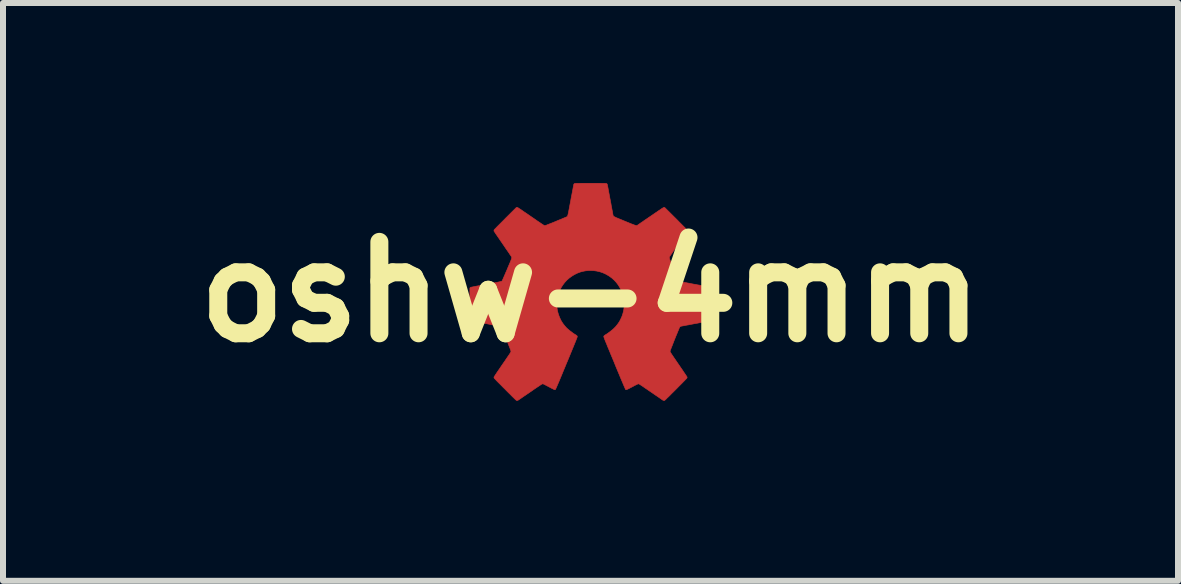
<source format=kicad_pcb>
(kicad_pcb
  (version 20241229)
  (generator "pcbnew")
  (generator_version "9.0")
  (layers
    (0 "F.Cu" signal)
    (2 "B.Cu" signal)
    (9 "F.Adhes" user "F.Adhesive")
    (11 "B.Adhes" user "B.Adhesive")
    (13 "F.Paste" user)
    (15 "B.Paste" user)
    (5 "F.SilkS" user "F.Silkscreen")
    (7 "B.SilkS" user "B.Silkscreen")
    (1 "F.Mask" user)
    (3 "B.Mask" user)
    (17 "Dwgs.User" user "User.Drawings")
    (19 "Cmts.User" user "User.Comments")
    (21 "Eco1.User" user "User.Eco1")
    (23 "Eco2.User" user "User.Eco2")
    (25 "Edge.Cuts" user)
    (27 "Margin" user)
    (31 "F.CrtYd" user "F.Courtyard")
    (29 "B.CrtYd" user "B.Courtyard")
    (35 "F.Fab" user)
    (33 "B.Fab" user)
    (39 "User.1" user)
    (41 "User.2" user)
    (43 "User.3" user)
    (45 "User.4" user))
  (footprint "oshw-4mm"
    (layer "F.Cu")
    (at 6.793 1.816)
    (property "Reference" "oshw-4mm" (at 0 0 0) (layer "F.SilkS") (effects (font (size 1.524 1.524) (thickness 0.3))))
    (attr through_hole)
    (fp_poly (pts (xy 0.042 -1.811) (xy 0.079 -1.811) (xy 0.112 -1.811) (xy 0.14 -1.811) (xy 0.165 -1.811) (xy 0.186 -1.81) (xy 0.204 -1.81) (xy 0.219 -1.81) (xy 0.231 -1.81) (xy 0.241 -1.81) (xy 0.249 -1.809) (xy 0.255 -1.809) (xy 0.259 -1.808) (xy 0.263 -1.808) (xy 0.265 -1.807) (xy 0.267 -1.807) (xy 0.268 -1.806) (xy 0.274 -1.801) (xy 0.279 -1.794) (xy 0.279 -1.794) (xy 0.279 -1.791) (xy 0.281 -1.783) (xy 0.284 -1.77) (xy 0.287 -1.754) (xy 0.291 -1.734) (xy 0.295 -1.711) (xy 0.3 -1.685) (xy 0.305 -1.657) (xy 0.311 -1.626) (xy 0.317 -1.594) (xy 0.323 -1.56) (xy 0.327 -1.542) (xy 0.333 -1.507) (xy 0.34 -1.473) (xy 0.345 -1.441) (xy 0.351 -1.411) (xy 0.356 -1.384) (xy 0.361 -1.358) (xy 0.365 -1.336) (xy 0.369 -1.317) (xy 0.371 -1.302) (xy 0.373 -1.291) (xy 0.375 -1.284) (xy 0.375 -1.283) (xy 0.376 -1.278) (xy 0.377 -1.274) (xy 0.378 -1.271) (xy 0.38 -1.267) (xy 0.383 -1.264) (xy 0.387 -1.26) (xy 0.392 -1.257) (xy 0.4 -1.252) (xy 0.409 -1.248) (xy 0.421 -1.242) (xy 0.436 -1.235) (xy 0.454 -1.228) (xy 0.475 -1.219) (xy 0.5 -1.209) (xy 0.529 -1.197) (xy 0.562 -1.183) (xy 0.572 -1.179) (xy 0.606 -1.165) (xy 0.636 -1.153) (xy 0.662 -1.142) (xy 0.685 -1.133) (xy 0.704 -1.126) (xy 0.72 -1.12) (xy 0.733 -1.115) (xy 0.744 -1.111) (xy 0.753 -1.109) (xy 0.761 -1.107) (xy 0.767 -1.107) (xy 0.772 -1.107) (xy 0.776 -1.109) (xy 0.78 -1.11) (xy 0.784 -1.113) (xy 0.788 -1.116) (xy 0.791 -1.118) (xy 0.796 -1.121) (xy 0.804 -1.127) (xy 0.816 -1.135) (xy 0.831 -1.146) (xy 0.849 -1.158) (xy 0.87 -1.172) (xy 0.892 -1.188) (xy 0.917 -1.205) (xy 0.944 -1.223) (xy 0.971 -1.242) (xy 1 -1.261) (xy 1.011 -1.269) (xy 1.045 -1.292) (xy 1.075 -1.313) (xy 1.101 -1.33) (xy 1.123 -1.346) (xy 1.143 -1.359) (xy 1.16 -1.37) (xy 1.174 -1.38) (xy 1.186 -1.388) (xy 1.195 -1.394) (xy 1.203 -1.399) (xy 1.209 -1.402) (xy 1.214 -1.405) (xy 1.218 -1.407) (xy 1.221 -1.408) (xy 1.223 -1.408) (xy 1.225 -1.408) (xy 1.225 -1.408) (xy 1.236 -1.408) (xy 1.423 -1.222) (xy 1.453 -1.192) (xy 1.479 -1.165) (xy 1.502 -1.142) (xy 1.523 -1.121) (xy 1.54 -1.104) (xy 1.555 -1.089) (xy 1.568 -1.076) (xy 1.579 -1.065) (xy 1.587 -1.056) (xy 1.594 -1.048) (xy 1.599 -1.043) (xy 1.603 -1.038) (xy 1.606 -1.034) (xy 1.608 -1.031) (xy 1.609 -1.029) (xy 1.609 -1.027) (xy 1.609 -1.026) (xy 1.609 -1.025) (xy 1.608 -1.016) (xy 1.605 -1.008) (xy 1.605 -1.007) (xy 1.603 -1.004) (xy 1.598 -0.997) (xy 1.591 -0.986) (xy 1.581 -0.973) (xy 1.57 -0.956) (xy 1.557 -0.936) (xy 1.542 -0.915) (xy 1.526 -0.891) (xy 1.508 -0.866) (xy 1.49 -0.839) (xy 1.471 -0.811) (xy 1.468 -0.807) (xy 1.449 -0.779) (xy 1.43 -0.751) (xy 1.412 -0.725) (xy 1.395 -0.7) (xy 1.379 -0.678) (xy 1.365 -0.657) (xy 1.353 -0.639) (xy 1.342 -0.624) (xy 1.334 -0.611) (xy 1.328 -0.603) (xy 1.325 -0.598) (xy 1.325 -0.598) (xy 1.321 -0.593) (xy 1.318 -0.589) (xy 1.316 -0.585) (xy 1.314 -0.581) (xy 1.313 -0.577) (xy 1.313 -0.572) (xy 1.314 -0.565) (xy 1.316 -0.558) (xy 1.318 -0.548) (xy 1.322 -0.537) (xy 1.328 -0.523) (xy 1.334 -0.507) (xy 1.343 -0.487) (xy 1.352 -0.464) (xy 1.364 -0.437) (xy 1.377 -0.407) (xy 1.389 -0.378) (xy 1.401 -0.349) (xy 1.413 -0.322) (xy 1.424 -0.296) (xy 1.434 -0.272) (xy 1.444 -0.251) (xy 1.452 -0.232) (xy 1.459 -0.217) (xy 1.464 -0.204) (xy 1.468 -0.196) (xy 1.47 -0.192) (xy 1.47 -0.192) (xy 1.475 -0.185) (xy 1.481 -0.179) (xy 1.481 -0.179) (xy 1.482 -0.178) (xy 1.483 -0.177) (xy 1.485 -0.176) (xy 1.487 -0.175) (xy 1.49 -0.175) (xy 1.493 -0.174) (xy 1.498 -0.172) (xy 1.505 -0.171) (xy 1.514 -0.169) (xy 1.524 -0.167) (xy 1.537 -0.164) (xy 1.553 -0.161) (xy 1.572 -0.158) (xy 1.594 -0.154) (xy 1.619 -0.149) (xy 1.648 -0.144) (xy 1.681 -0.137) (xy 1.719 -0.13) (xy 1.761 -0.123) (xy 1.784 -0.118) (xy 1.815 -0.113) (xy 1.844 -0.107) (xy 1.872 -0.102) (xy 1.898 -0.097) (xy 1.921 -0.093) (xy 1.942 -0.089) (xy 1.959 -0.086) (xy 1.972 -0.083) (xy 1.982 -0.081) (xy 1.987 -0.08) (xy 1.987 -0.08) (xy 1.996 -0.077) (xy 2.003 -0.073) (xy 2.005 -0.071) (xy 2.011 -0.065) (xy 2.011 0.198) (xy 2.011 0.24) (xy 2.011 0.278) (xy 2.011 0.311) (xy 2.012 0.34) (xy 2.012 0.364) (xy 2.011 0.386) (xy 2.011 0.404) (xy 2.011 0.419) (xy 2.011 0.431) (xy 2.011 0.442) (xy 2.011 0.449) (xy 2.01 0.456) (xy 2.01 0.46) (xy 2.009 0.463) (xy 2.009 0.466) (xy 2.008 0.468) (xy 2.007 0.469) (xy 2.007 0.469) (xy 2.001 0.476) (xy 1.994 0.48) (xy 1.99 0.481) (xy 1.982 0.483) (xy 1.969 0.485) (xy 1.953 0.488) (xy 1.934 0.492) (xy 1.912 0.496) (xy 1.887 0.501) (xy 1.861 0.506) (xy 1.833 0.511) (xy 1.822 0.513) (xy 1.776 0.522) (xy 1.735 0.529) (xy 1.698 0.536) (xy 1.665 0.542) (xy 1.637 0.548) (xy 1.612 0.552) (xy 1.59 0.556) (xy 1.571 0.56) (xy 1.556 0.563) (xy 1.543 0.565) (xy 1.532 0.567) (xy 1.523 0.569) (xy 1.517 0.57) (xy 1.511 0.571) (xy 1.508 0.572) (xy 1.505 0.573) (xy 1.503 0.573) (xy 1.502 0.574) (xy 1.495 0.577) (xy 1.488 0.583) (xy 1.488 0.583) (xy 1.486 0.587) (xy 1.482 0.595) (xy 1.477 0.606) (xy 1.471 0.622) (xy 1.463 0.641) (xy 1.454 0.662) (xy 1.444 0.687) (xy 1.433 0.713) (xy 1.421 0.742) (xy 1.409 0.772) (xy 1.403 0.787) (xy 1.389 0.822) (xy 1.377 0.853) (xy 1.367 0.879) (xy 1.358 0.902) (xy 1.35 0.921) (xy 1.344 0.937) (xy 1.339 0.951) (xy 1.334 0.962) (xy 1.331 0.97) (xy 1.329 0.977) (xy 1.328 0.982) (xy 1.327 0.986) (xy 1.326 0.99) (xy 1.326 0.992) (xy 1.327 0.994) (xy 1.327 0.996) (xy 1.328 0.998) (xy 1.33 1.003) (xy 1.333 1.009) (xy 1.338 1.016) (xy 1.344 1.026) (xy 1.352 1.039) (xy 1.362 1.053) (xy 1.374 1.071) (xy 1.388 1.092) (xy 1.404 1.115) (xy 1.423 1.143) (xy 1.444 1.174) (xy 1.468 1.209) (xy 1.469 1.21) (xy 1.488 1.238) (xy 1.507 1.266) (xy 1.525 1.292) (xy 1.542 1.317) (xy 1.557 1.34) (xy 1.571 1.36) (xy 1.583 1.378) (xy 1.593 1.393) (xy 1.6 1.405) (xy 1.606 1.413) (xy 1.609 1.418) (xy 1.609 1.419) (xy 1.609 1.427) (xy 1.608 1.433) (xy 1.606 1.436) (xy 1.601 1.442) (xy 1.593 1.451) (xy 1.581 1.463) (xy 1.566 1.479) (xy 1.547 1.498) (xy 1.526 1.52) (xy 1.5 1.546) (xy 1.471 1.575) (xy 1.439 1.608) (xy 1.425 1.622) (xy 1.4 1.647) (xy 1.376 1.671) (xy 1.352 1.694) (xy 1.331 1.716) (xy 1.311 1.736) (xy 1.292 1.754) (xy 1.276 1.769) (xy 1.263 1.783) (xy 1.252 1.793) (xy 1.243 1.801) (xy 1.238 1.806) (xy 1.237 1.807) (xy 1.227 1.81) (xy 1.217 1.809) (xy 1.205 1.804) (xy 1.203 1.802) (xy 1.199 1.8) (xy 1.191 1.794) (xy 1.18 1.787) (xy 1.166 1.777) (xy 1.149 1.765) (xy 1.129 1.751) (xy 1.107 1.736) (xy 1.083 1.72) (xy 1.057 1.702) (xy 1.031 1.684) (xy 1.006 1.667) (xy 0.978 1.648) (xy 0.952 1.63) (xy 0.927 1.613) (xy 0.903 1.597) (xy 0.882 1.582) (xy 0.863 1.569) (xy 0.846 1.558) (xy 0.832 1.549) (xy 0.822 1.542) (xy 0.815 1.538) (xy 0.812 1.536) (xy 0.8 1.532) (xy 0.794 1.532) (xy 0.789 1.534) (xy 0.781 1.538) (xy 0.768 1.544) (xy 0.752 1.552) (xy 0.733 1.561) (xy 0.712 1.573) (xy 0.695 1.582) (xy 0.671 1.594) (xy 0.651 1.605) (xy 0.635 1.613) (xy 0.622 1.619) (xy 0.612 1.624) (xy 0.604 1.627) (xy 0.598 1.629) (xy 0.593 1.629) (xy 0.589 1.629) (xy 0.586 1.627) (xy 0.584 1.625) (xy 0.582 1.622) (xy 0.579 1.615) (xy 0.574 1.603) (xy 0.567 1.587) (xy 0.558 1.567) (xy 0.548 1.543) (xy 0.536 1.515) (xy 0.523 1.484) (xy 0.508 1.449) (xy 0.492 1.411) (xy 0.475 1.369) (xy 0.456 1.324) (xy 0.436 1.276) (xy 0.415 1.226) (xy 0.399 1.185) (xy 0.377 1.132) (xy 0.357 1.084) (xy 0.338 1.039) (xy 0.322 0.999) (xy 0.307 0.963) (xy 0.293 0.93) (xy 0.281 0.901) (xy 0.271 0.875) (xy 0.261 0.852) (xy 0.253 0.832) (xy 0.246 0.815) (xy 0.24 0.8) (xy 0.235 0.787) (xy 0.231 0.776) (xy 0.228 0.768) (xy 0.225 0.76) (xy 0.224 0.755) (xy 0.222 0.75) (xy 0.221 0.747) (xy 0.221 0.745) (xy 0.221 0.743) (xy 0.221 0.741) (xy 0.221 0.741) (xy 0.224 0.735) (xy 0.227 0.73) (xy 0.233 0.725) (xy 0.241 0.719) (xy 0.253 0.712) (xy 0.255 0.711) (xy 0.267 0.703) (xy 0.28 0.695) (xy 0.291 0.687) (xy 0.293 0.686) (xy 0.303 0.678) (xy 0.315 0.67) (xy 0.327 0.66) (xy 0.334 0.655) (xy 0.376 0.621) (xy 0.414 0.584) (xy 0.448 0.543) (xy 0.478 0.5) (xy 0.484 0.49) (xy 0.506 0.447) (xy 0.526 0.402) (xy 0.541 0.354) (xy 0.553 0.305) (xy 0.558 0.269) (xy 0.56 0.251) (xy 0.561 0.229) (xy 0.561 0.205) (xy 0.56 0.18) (xy 0.559 0.156) (xy 0.557 0.135) (xy 0.556 0.124) (xy 0.546 0.072) (xy 0.531 0.021) (xy 0.512 -0.027) (xy 0.488 -0.073) (xy 0.461 -0.117) (xy 0.43 -0.158) (xy 0.395 -0.196) (xy 0.356 -0.231) (xy 0.314 -0.262) (xy 0.269 -0.289) (xy 0.248 -0.3) (xy 0.201 -0.321) (xy 0.152 -0.337) (xy 0.103 -0.348) (xy 0.052 -0.355) (xy 0 -0.357) (xy -0.045 -0.356) (xy -0.088 -0.351) (xy -0.128 -0.343) (xy -0.169 -0.332) (xy -0.176 -0.33) (xy -0.225 -0.311) (xy -0.272 -0.287) (xy -0.316 -0.26) (xy -0.358 -0.229) (xy -0.396 -0.195) (xy -0.431 -0.157) (xy -0.462 -0.116) (xy -0.489 -0.073) (xy -0.513 -0.026) (xy -0.531 0.022) (xy -0.532 0.023) (xy -0.543 0.06) (xy -0.551 0.095) (xy -0.557 0.13) (xy -0.56 0.167) (xy -0.561 0.206) (xy -0.56 0.244) (xy -0.557 0.279) (xy -0.552 0.312) (xy -0.543 0.346) (xy -0.533 0.38) (xy -0.514 0.429) (xy -0.491 0.477) (xy -0.464 0.521) (xy -0.432 0.563) (xy -0.397 0.602) (xy -0.357 0.637) (xy -0.334 0.655) (xy -0.323 0.663) (xy -0.312 0.671) (xy -0.302 0.679) (xy -0.297 0.683) (xy -0.289 0.689) (xy -0.278 0.696) (xy -0.266 0.704) (xy -0.259 0.708) (xy -0.246 0.716) (xy -0.236 0.723) (xy -0.23 0.728) (xy -0.225 0.732) (xy -0.223 0.737) (xy -0.221 0.741) (xy -0.221 0.742) (xy -0.221 0.744) (xy -0.221 0.746) (xy -0.222 0.749) (xy -0.223 0.753) (xy -0.224 0.758) (xy -0.227 0.764) (xy -0.229 0.772) (xy -0.233 0.781) (xy -0.238 0.793) (xy -0.243 0.807) (xy -0.25 0.823) (xy -0.257 0.842) (xy -0.266 0.863) (xy -0.276 0.888) (xy -0.287 0.915) (xy -0.3 0.946) (xy -0.314 0.981) (xy -0.33 1.019) (xy -0.347 1.061) (xy -0.366 1.107) (xy -0.387 1.158) (xy -0.399 1.185) (xy -0.42 1.237) (xy -0.441 1.287) (xy -0.46 1.333) (xy -0.478 1.377) (xy -0.495 1.418) (xy -0.511 1.456) (xy -0.525 1.49) (xy -0.538 1.52) (xy -0.55 1.548) (xy -0.56 1.571) (xy -0.568 1.59) (xy -0.575 1.605) (xy -0.58 1.616) (xy -0.583 1.623) (xy -0.584 1.625) (xy -0.59 1.628) (xy -0.597 1.63) (xy -0.601 1.628) (xy -0.61 1.625) (xy -0.623 1.618) (xy -0.64 1.61) (xy -0.662 1.599) (xy -0.687 1.585) (xy -0.694 1.582) (xy -0.714 1.571) (xy -0.732 1.562) (xy -0.749 1.553) (xy -0.764 1.545) (xy -0.776 1.539) (xy -0.785 1.535) (xy -0.791 1.533) (xy -0.791 1.533) (xy -0.8 1.532) (xy -0.807 1.534) (xy -0.81 1.535) (xy -0.817 1.54) (xy -0.828 1.547) (xy -0.842 1.556) (xy -0.858 1.567) (xy -0.878 1.58) (xy -0.899 1.594) (xy -0.923 1.61) (xy -0.948 1.627) (xy -0.974 1.646) (xy -0.998 1.662) (xy -1.025 1.681) (xy -1.052 1.699) (xy -1.078 1.717) (xy -1.102 1.733) (xy -1.124 1.748) (xy -1.144 1.762) (xy -1.161 1.774) (xy -1.176 1.784) (xy -1.187 1.791) (xy -1.194 1.797) (xy -1.198 1.799) (xy -1.21 1.806) (xy -1.22 1.81) (xy -1.228 1.81) (xy -1.237 1.807) (xy -1.239 1.806) (xy -1.241 1.803) (xy -1.247 1.798) (xy -1.257 1.789) (xy -1.269 1.777) (xy -1.283 1.763) (xy -1.3 1.747) (xy -1.319 1.728) (xy -1.339 1.707) (xy -1.362 1.685) (xy -1.385 1.662) (xy -1.41 1.637) (xy -1.426 1.62) (xy -1.46 1.587) (xy -1.49 1.556) (xy -1.517 1.529) (xy -1.54 1.506) (xy -1.56 1.486) (xy -1.576 1.469) (xy -1.589 1.455) (xy -1.599 1.445) (xy -1.605 1.437) (xy -1.608 1.433) (xy -1.608 1.433) (xy -1.609 1.425) (xy -1.609 1.419) (xy -1.607 1.416) (xy -1.603 1.409) (xy -1.596 1.399) (xy -1.588 1.385) (xy -1.576 1.368) (xy -1.564 1.349) (xy -1.549 1.327) (xy -1.533 1.304) (xy -1.515 1.278) (xy -1.497 1.251) (xy -1.478 1.223) (xy -1.469 1.21) (xy -1.445 1.175) (xy -1.423 1.144) (xy -1.405 1.116) (xy -1.388 1.092) (xy -1.374 1.071) (xy -1.362 1.054) (xy -1.352 1.039) (xy -1.344 1.027) (xy -1.338 1.017) (xy -1.333 1.009) (xy -1.33 1.003) (xy -1.328 0.999) (xy -1.327 0.996) (xy -1.327 0.996) (xy -1.327 0.994) (xy -1.326 0.991) (xy -1.326 0.989) (xy -1.327 0.985) (xy -1.328 0.981) (xy -1.33 0.975) (xy -1.332 0.968) (xy -1.336 0.959) (xy -1.34 0.947) (xy -1.345 0.933) (xy -1.352 0.916) (xy -1.36 0.896) (xy -1.369 0.872) (xy -1.38 0.845) (xy -1.393 0.813) (xy -1.403 0.788) (xy -1.415 0.758) (xy -1.427 0.729) (xy -1.438 0.702) (xy -1.448 0.676) (xy -1.457 0.653) (xy -1.466 0.633) (xy -1.473 0.616) (xy -1.479 0.602) (xy -1.483 0.592) (xy -1.486 0.586) (xy -1.487 0.584) (xy -1.493 0.579) (xy -1.5 0.575) (xy -1.503 0.574) (xy -1.512 0.572) (xy -1.524 0.569) (xy -1.54 0.566) (xy -1.56 0.562) (xy -1.583 0.558) (xy -1.609 0.553) (xy -1.637 0.548) (xy -1.668 0.542) (xy -1.7 0.536) (xy -1.734 0.529) (xy -1.747 0.527) (xy -1.781 0.521) (xy -1.814 0.515) (xy -1.845 0.509) (xy -1.874 0.503) (xy -1.901 0.498) (xy -1.925 0.494) (xy -1.946 0.489) (xy -1.964 0.486) (xy -1.978 0.483) (xy -1.988 0.481) (xy -1.993 0.48) (xy -1.994 0.48) (xy -2.002 0.475) (xy -2.007 0.469) (xy -2.008 0.468) (xy -2.009 0.466) (xy -2.009 0.464) (xy -2.01 0.461) (xy -2.01 0.457) (xy -2.01 0.451) (xy -2.011 0.443) (xy -2.011 0.434) (xy -2.011 0.422) (xy -2.011 0.408) (xy -2.011 0.39) (xy -2.012 0.37) (xy -2.012 0.345) (xy -2.012 0.318) (xy -2.011 0.286) (xy -2.011 0.249) (xy -2.011 0.208) (xy -2.011 0.198) (xy -2.011 -0.065) (xy -2.005 -0.071) (xy -2.004 -0.072) (xy -2.003 -0.073) (xy -2.003 -0.074) (xy -2.002 -0.075) (xy -2 -0.076) (xy -1.998 -0.077) (xy -1.994 -0.078) (xy -1.989 -0.079) (xy -1.983 -0.08) (xy -1.974 -0.082) (xy -1.964 -0.084) (xy -1.95 -0.087) (xy -1.934 -0.09) (xy -1.915 -0.094) (xy -1.893 -0.098) (xy -1.867 -0.103) (xy -1.837 -0.108) (xy -1.803 -0.115) (xy -1.764 -0.122) (xy -1.731 -0.128) (xy -1.69 -0.136) (xy -1.654 -0.142) (xy -1.622 -0.148) (xy -1.594 -0.154) (xy -1.57 -0.158) (xy -1.55 -0.162) (xy -1.532 -0.166) (xy -1.518 -0.169) (xy -1.506 -0.172) (xy -1.497 -0.174) (xy -1.489 -0.176) (xy -1.484 -0.178) (xy -1.479 -0.18) (xy -1.476 -0.182) (xy -1.474 -0.184) (xy -1.472 -0.187) (xy -1.471 -0.189) (xy -1.47 -0.192) (xy -1.47 -0.192) (xy -1.468 -0.195) (xy -1.465 -0.203) (xy -1.46 -0.214) (xy -1.453 -0.23) (xy -1.445 -0.248) (xy -1.436 -0.269) (xy -1.426 -0.292) (xy -1.415 -0.318) (xy -1.403 -0.345) (xy -1.391 -0.373) (xy -1.389 -0.378) (xy -1.375 -0.412) (xy -1.362 -0.442) (xy -1.351 -0.468) (xy -1.341 -0.491) (xy -1.333 -0.51) (xy -1.327 -0.526) (xy -1.322 -0.539) (xy -1.318 -0.55) (xy -1.315 -0.559) (xy -1.314 -0.566) (xy -1.313 -0.572) (xy -1.314 -0.577) (xy -1.315 -0.582) (xy -1.316 -0.586) (xy -1.319 -0.59) (xy -1.322 -0.594) (xy -1.325 -0.598) (xy -1.328 -0.602) (xy -1.333 -0.611) (xy -1.342 -0.622) (xy -1.352 -0.638) (xy -1.364 -0.656) (xy -1.378 -0.676) (xy -1.394 -0.699) (xy -1.411 -0.723) (xy -1.429 -0.75) (xy -1.447 -0.777) (xy -1.467 -0.805) (xy -1.47 -0.81) (xy -1.489 -0.838) (xy -1.508 -0.865) (xy -1.525 -0.891) (xy -1.542 -0.915) (xy -1.557 -0.937) (xy -1.57 -0.956) (xy -1.582 -0.973) (xy -1.591 -0.988) (xy -1.599 -0.999) (xy -1.604 -1.006) (xy -1.606 -1.01) (xy -1.607 -1.01) (xy -1.609 -1.016) (xy -1.609 -1.024) (xy -1.61 -1.025) (xy -1.609 -1.027) (xy -1.609 -1.029) (xy -1.608 -1.031) (xy -1.607 -1.033) (xy -1.604 -1.037) (xy -1.601 -1.041) (xy -1.596 -1.047) (xy -1.589 -1.053) (xy -1.581 -1.062) (xy -1.571 -1.072) (xy -1.559 -1.085) (xy -1.545 -1.099) (xy -1.528 -1.116) (xy -1.508 -1.136) (xy -1.486 -1.158) (xy -1.46 -1.184) (xy -1.431 -1.213) (xy -1.423 -1.222) (xy -1.236 -1.408) (xy -1.225 -1.408) (xy -1.224 -1.408) (xy -1.223 -1.409) (xy -1.221 -1.409) (xy -1.22 -1.409) (xy -1.219 -1.408) (xy -1.217 -1.407) (xy -1.214 -1.406) (xy -1.21 -1.404) (xy -1.205 -1.401) (xy -1.199 -1.397) (xy -1.191 -1.392) (xy -1.182 -1.386) (xy -1.17 -1.378) (xy -1.156 -1.369) (xy -1.14 -1.358) (xy -1.122 -1.345) (xy -1.1 -1.33) (xy -1.076 -1.314) (xy -1.048 -1.295) (xy -1.018 -1.274) (xy -0.983 -1.25) (xy -0.945 -1.224) (xy -0.912 -1.201) (xy -0.885 -1.182) (xy -0.861 -1.166) (xy -0.841 -1.153) (xy -0.824 -1.141) (xy -0.811 -1.132) (xy -0.799 -1.125) (xy -0.79 -1.119) (xy -0.783 -1.114) (xy -0.777 -1.111) (xy -0.773 -1.109) (xy -0.769 -1.108) (xy -0.766 -1.107) (xy -0.764 -1.107) (xy -0.762 -1.107) (xy -0.759 -1.107) (xy -0.755 -1.108) (xy -0.749 -1.109) (xy -0.742 -1.111) (xy -0.733 -1.114) (xy -0.722 -1.119) (xy -0.708 -1.124) (xy -0.691 -1.131) (xy -0.671 -1.139) (xy -0.647 -1.148) (xy -0.62 -1.159) (xy -0.588 -1.172) (xy -0.574 -1.178) (xy -0.546 -1.19) (xy -0.519 -1.201) (xy -0.493 -1.211) (xy -0.47 -1.221) (xy -0.449 -1.23) (xy -0.43 -1.238) (xy -0.415 -1.244) (xy -0.404 -1.249) (xy -0.396 -1.253) (xy -0.393 -1.254) (xy -0.392 -1.254) (xy -0.39 -1.256) (xy -0.388 -1.258) (xy -0.386 -1.26) (xy -0.384 -1.262) (xy -0.383 -1.266) (xy -0.381 -1.271) (xy -0.379 -1.277) (xy -0.377 -1.285) (xy -0.374 -1.295) (xy -0.372 -1.307) (xy -0.368 -1.322) (xy -0.365 -1.339) (xy -0.361 -1.36) (xy -0.356 -1.385) (xy -0.351 -1.413) (xy -0.345 -1.445) (xy -0.338 -1.482) (xy -0.33 -1.523) (xy -0.329 -1.529) (xy -0.323 -1.565) (xy -0.316 -1.599) (xy -0.31 -1.631) (xy -0.304 -1.662) (xy -0.299 -1.69) (xy -0.294 -1.715) (xy -0.29 -1.738) (xy -0.286 -1.757) (xy -0.283 -1.773) (xy -0.281 -1.784) (xy -0.279 -1.792) (xy -0.279 -1.794) (xy -0.274 -1.8) (xy -0.268 -1.806) (xy -0.268 -1.806) (xy -0.267 -1.807) (xy -0.265 -1.807) (xy -0.262 -1.808) (xy -0.259 -1.808) (xy -0.255 -1.809) (xy -0.248 -1.809) (xy -0.24 -1.81) (xy -0.23 -1.81) (xy -0.218 -1.81) (xy -0.203 -1.81) (xy -0.185 -1.81) (xy -0.163 -1.811) (xy -0.138 -1.811) (xy -0.109 -1.811) (xy -0.076 -1.811) (xy -0.039 -1.811) (xy 0 -1.811) (xy 0.042 -1.811)) (stroke (width 0.01) (type solid)) (fill yes) (layer "F.Cu")))
  (gr_rect
    (start -3 -3)
    (end 16.585 6.631)
    (stroke (width 0.1) (type default))
    (fill no)
    (layer "Edge.Cuts")))
</source>
